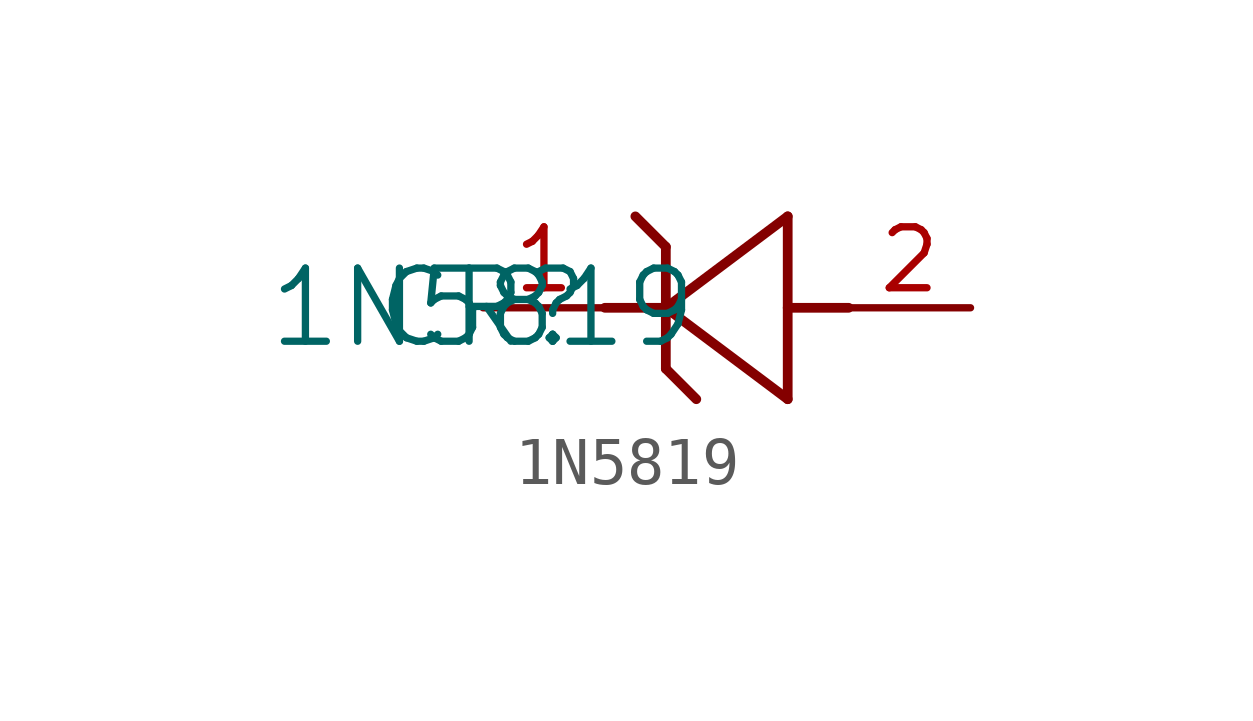
<source format=kicad_sym>
(kicad_symbol_lib
  (version 20211014)
  (generator kicad_symbol_editor)
  (symbol "1N5819"
    (pin_names
      (offset 0.254))
    (property "Reference" "CR"
      (at 0 0 0)
      (effects (font (size 1.524 1.524))))
    (property "Value" "1N5819"
      (at 0 0 0)
      (effects (font (size 1.524 1.524))))
    (symbol "1N5819_0_1"
      (polyline (pts (xy 3.81 -1.27) (xy 4.445 -1.905)) (stroke (width 0.203) (type default) (color 0 0 0 0)) (fill (type none)))
      (polyline (pts (xy 7.62 0) (xy 6.35 0)) (stroke (width 0.203) (type default) (color 0 0 0 0)) (fill (type none)))
      (polyline (pts (xy 3.175 1.905) (xy 3.81 1.27)) (stroke (width 0.203) (type default) (color 0 0 0 0)) (fill (type none)))
      (polyline (pts (xy 6.35 -1.905) (xy 6.35 1.905)) (stroke (width 0.203) (type default) (color 0 0 0 0)) (fill (type none)))
      (polyline (pts (xy 3.81 1.27) (xy 3.81 -1.27)) (stroke (width 0.203) (type default) (color 0 0 0 0)) (fill (type none)))
      (polyline (pts (xy 3.81 0) (xy 6.35 -1.905)) (stroke (width 0.203) (type default) (color 0 0 0 0)) (fill (type none)))
      (polyline (pts (xy 6.35 1.905) (xy 3.81 0)) (stroke (width 0.203) (type default) (color 0 0 0 0)) (fill (type none)))
      (polyline (pts (xy 2.54 0) (xy 3.81 0)) (stroke (width 0.203) (type default) (color 0 0 0 0)) (fill (type none)))
      (pin unspecified line (at 0 0 0) (length 2.54) (name "" (effects (font (size 1.27 1.27)))) (number "1" (effects (font (size 1.27 1.27)))))
      (pin unspecified line (at 10.16 0 180) (length 2.54) (name "" (effects (font (size 1.27 1.27)))) (number "2" (effects (font (size 1.27 1.27))))))))
</source>
